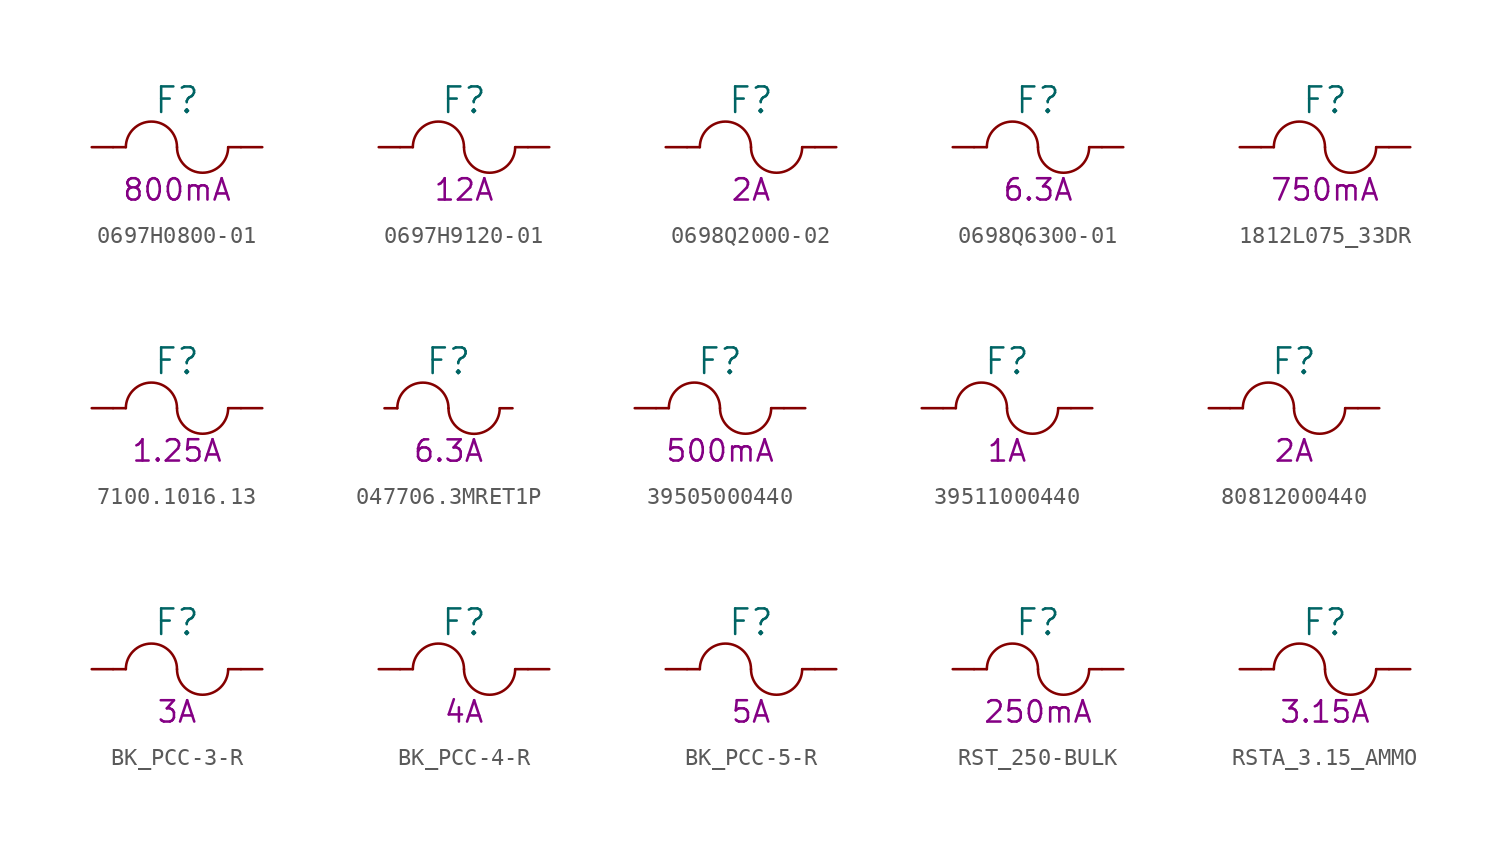
<source format=kicad_sym>
(kicad_symbol_lib
  (version 20220914)
  (generator kicad_symbol_editor)
  (symbol "0697H0800-01"
    (pin_numbers hide)
    (pin_names
      (offset 0) hide)
    (property "Reference" "F"
      (at 0 2.794 0)
      (effects (font (size 1.524 1.524))))
    (property "Current Rating (A)" "800mA"
      (at 0 -2.54 0)
      (effects (font (size 1.27 1.27))))
    (symbol "0697H0800-01_0_1"
      (rectangle (start -3.81 0) (end -3.048 0) (stroke (width 0) (type default)) (fill (type background)))
      (arc (start 0 0) (mid 1.524 -1.5174) (end 3.048 0) (stroke (width 0) (type default)) (fill (type none)))
      (rectangle (start 3.048 0) (end 3.81 0) (stroke (width 0) (type default)) (fill (type background))))
    (symbol "0697H0800-01_1_1"
      (arc (start 0 0) (mid -1.524 1.5174) (end -3.048 0) (stroke (width 0) (type default)) (fill (type none)))
      (pin passive line (at -5.08 0 0) (length 1.27) (name "1" (effects (font (size 1.27 1.27)))) (number "1" (effects (font (size 1.27 1.27)))))
      (pin passive line (at 5.08 0 180) (length 1.27) (name "2" (effects (font (size 1.27 1.27)))) (number "2" (effects (font (size 1.27 1.27)))))))
  (symbol "0697H9120-01"
    (pin_numbers hide)
    (pin_names
      (offset 0) hide)
    (property "Reference" "F"
      (at 0 2.794 0)
      (effects (font (size 1.524 1.524))))
    (property "Current Rating (A)" "12A"
      (at 0 -2.54 0)
      (effects (font (size 1.27 1.27))))
    (symbol "0697H9120-01_0_1"
      (rectangle (start -3.81 0) (end -3.048 0) (stroke (width 0) (type default)) (fill (type background)))
      (arc (start 0 0) (mid 1.524 -1.5174) (end 3.048 0) (stroke (width 0) (type default)) (fill (type none)))
      (rectangle (start 3.048 0) (end 3.81 0) (stroke (width 0) (type default)) (fill (type background))))
    (symbol "0697H9120-01_1_1"
      (arc (start 0 0) (mid -1.524 1.5174) (end -3.048 0) (stroke (width 0) (type default)) (fill (type none)))
      (pin passive line (at -5.08 0 0) (length 1.27) (name "1" (effects (font (size 1.27 1.27)))) (number "1" (effects (font (size 1.27 1.27)))))
      (pin passive line (at 5.08 0 180) (length 1.27) (name "2" (effects (font (size 1.27 1.27)))) (number "2" (effects (font (size 1.27 1.27)))))))
  (symbol "0698Q2000-02"
    (pin_numbers hide)
    (pin_names
      (offset 0) hide)
    (property "Reference" "F"
      (at 0 2.794 0)
      (effects (font (size 1.524 1.524))))
    (property "Current Rating (A)" "2A"
      (at 0 -2.54 0)
      (effects (font (size 1.27 1.27))))
    (symbol "0698Q2000-02_0_1"
      (rectangle (start -3.81 0) (end -3.048 0) (stroke (width 0) (type default)) (fill (type background)))
      (arc (start 0 0) (mid 1.524 -1.5174) (end 3.048 0) (stroke (width 0) (type default)) (fill (type none)))
      (rectangle (start 3.048 0) (end 3.81 0) (stroke (width 0) (type default)) (fill (type background))))
    (symbol "0698Q2000-02_1_1"
      (arc (start 0 0) (mid -1.524 1.5174) (end -3.048 0) (stroke (width 0) (type default)) (fill (type none)))
      (pin passive line (at -5.08 0 0) (length 1.27) (name "1" (effects (font (size 1.27 1.27)))) (number "1" (effects (font (size 1.27 1.27)))))
      (pin passive line (at 5.08 0 180) (length 1.27) (name "2" (effects (font (size 1.27 1.27)))) (number "2" (effects (font (size 1.27 1.27)))))))
  (symbol "0698Q6300-01"
    (pin_numbers hide)
    (pin_names
      (offset 0) hide)
    (property "Reference" "F"
      (at 0 2.794 0)
      (effects (font (size 1.524 1.524))))
    (property "Current Rating (A)" "6.3A"
      (at 0 -2.54 0)
      (effects (font (size 1.27 1.27))))
    (symbol "0698Q6300-01_0_1"
      (rectangle (start -3.81 0) (end -3.048 0) (stroke (width 0) (type default)) (fill (type background)))
      (arc (start 0 0) (mid 1.524 -1.5174) (end 3.048 0) (stroke (width 0) (type default)) (fill (type none)))
      (rectangle (start 3.048 0) (end 3.81 0) (stroke (width 0) (type default)) (fill (type background))))
    (symbol "0698Q6300-01_1_1"
      (arc (start 0 0) (mid -1.524 1.5174) (end -3.048 0) (stroke (width 0) (type default)) (fill (type none)))
      (pin passive line (at -5.08 0 0) (length 1.27) (name "1" (effects (font (size 1.27 1.27)))) (number "1" (effects (font (size 1.27 1.27)))))
      (pin passive line (at 5.08 0 180) (length 1.27) (name "2" (effects (font (size 1.27 1.27)))) (number "2" (effects (font (size 1.27 1.27)))))))
  (symbol "1812L075_33DR"
    (pin_numbers hide)
    (pin_names
      (offset 0) hide)
    (property "Reference" "F"
      (at 0 2.794 0)
      (effects (font (size 1.524 1.524))))
    (property "Current Rating (A)" "750mA"
      (at 0 -2.54 0)
      (effects (font (size 1.27 1.27))))
    (symbol "1812L075_33DR_0_1"
      (rectangle (start -3.81 0) (end -3.048 0) (stroke (width 0) (type default)) (fill (type background)))
      (arc (start 0 0) (mid 1.524 -1.5174) (end 3.048 0) (stroke (width 0) (type default)) (fill (type none)))
      (rectangle (start 3.048 0) (end 3.81 0) (stroke (width 0) (type default)) (fill (type background))))
    (symbol "1812L075_33DR_1_1"
      (arc (start 0 0) (mid -1.524 1.5174) (end -3.048 0) (stroke (width 0) (type default)) (fill (type none)))
      (pin passive line (at -5.08 0 0) (length 1.27) (name "1" (effects (font (size 1.27 1.27)))) (number "1" (effects (font (size 1.27 1.27)))))
      (pin passive line (at 5.08 0 180) (length 1.27) (name "2" (effects (font (size 1.27 1.27)))) (number "2" (effects (font (size 1.27 1.27)))))))
  (symbol "7100.1016.13"
    (pin_numbers hide)
    (pin_names
      (offset 0) hide)
    (property "Reference" "F"
      (at 0 2.794 0)
      (effects (font (size 1.524 1.524))))
    (property "Current Rating (A)" "1.25A"
      (at 0 -2.54 0)
      (effects (font (size 1.27 1.27))))
    (symbol "7100.1016.13_0_1"
      (rectangle (start -3.81 0) (end -3.048 0) (stroke (width 0) (type default)) (fill (type background)))
      (arc (start 0 0) (mid 1.524 -1.5174) (end 3.048 0) (stroke (width 0) (type default)) (fill (type none)))
      (rectangle (start 3.048 0) (end 3.81 0) (stroke (width 0) (type default)) (fill (type background))))
    (symbol "7100.1016.13_1_1"
      (arc (start 0 0) (mid -1.524 1.5174) (end -3.048 0) (stroke (width 0) (type default)) (fill (type none)))
      (pin passive line (at -5.08 0 0) (length 1.27) (name "1" (effects (font (size 1.27 1.27)))) (number "1" (effects (font (size 1.27 1.27)))))
      (pin passive line (at 5.08 0 180) (length 1.27) (name "2" (effects (font (size 1.27 1.27)))) (number "2" (effects (font (size 1.27 1.27)))))))
  (symbol "047706.3MRET1P"
    (pin_numbers hide)
    (pin_names
      (offset 0) hide)
    (property "Reference" "F"
      (at 0 2.794 0)
      (effects (font (size 1.524 1.524))))
    (property "Current Rating (A)" "6.3A"
      (at 0 -2.54 0)
      (effects (font (size 1.27 1.27))))
    (symbol "047706.3MRET1P_0_1"
      (arc (start 0 0) (mid 1.524 -1.5174) (end 3.048 0) (stroke (width 0) (type default)) (fill (type none))))
    (symbol "047706.3MRET1P_1_1"
      (arc (start 0 0) (mid -1.524 1.5174) (end -3.048 0) (stroke (width 0) (type default)) (fill (type none)))
      (pin passive line (at -3.81 0 0) (length 0.762) (name "~" (effects (font (size 1.27 1.27)))) (number "1" (effects (font (size 1.27 1.27)))))
      (pin passive line (at 3.81 0 180) (length 0.762) (name "~" (effects (font (size 1.27 1.27)))) (number "2" (effects (font (size 1.27 1.27)))))))
  (symbol "39505000440"
    (pin_numbers hide)
    (pin_names
      (offset 0) hide)
    (property "Reference" "F"
      (at 0 2.794 0)
      (effects (font (size 1.524 1.524))))
    (property "Current Rating (A)" "500mA"
      (at 0 -2.54 0)
      (effects (font (size 1.27 1.27))))
    (symbol "39505000440_0_1"
      (rectangle (start -3.81 0) (end -3.048 0) (stroke (width 0) (type default)) (fill (type background)))
      (arc (start 0 0) (mid 1.524 -1.5174) (end 3.048 0) (stroke (width 0) (type default)) (fill (type none)))
      (rectangle (start 3.048 0) (end 3.81 0) (stroke (width 0) (type default)) (fill (type background))))
    (symbol "39505000440_1_1"
      (arc (start 0 0) (mid -1.524 1.5174) (end -3.048 0) (stroke (width 0) (type default)) (fill (type none)))
      (pin passive line (at -5.08 0 0) (length 1.27) (name "1" (effects (font (size 1.27 1.27)))) (number "1" (effects (font (size 1.27 1.27)))))
      (pin passive line (at 5.08 0 180) (length 1.27) (name "2" (effects (font (size 1.27 1.27)))) (number "2" (effects (font (size 1.27 1.27)))))))
  (symbol "39511000440"
    (pin_numbers hide)
    (pin_names
      (offset 0) hide)
    (property "Reference" "F"
      (at 0 2.794 0)
      (effects (font (size 1.524 1.524))))
    (property "Current Rating (A)" "1A"
      (at 0 -2.54 0)
      (effects (font (size 1.27 1.27))))
    (symbol "39511000440_0_1"
      (rectangle (start -3.81 0) (end -3.048 0) (stroke (width 0) (type default)) (fill (type background)))
      (arc (start 0 0) (mid 1.524 -1.5174) (end 3.048 0) (stroke (width 0) (type default)) (fill (type none)))
      (rectangle (start 3.048 0) (end 3.81 0) (stroke (width 0) (type default)) (fill (type background))))
    (symbol "39511000440_1_1"
      (arc (start 0 0) (mid -1.524 1.5174) (end -3.048 0) (stroke (width 0) (type default)) (fill (type none)))
      (pin passive line (at -5.08 0 0) (length 1.27) (name "1" (effects (font (size 1.27 1.27)))) (number "1" (effects (font (size 1.27 1.27)))))
      (pin passive line (at 5.08 0 180) (length 1.27) (name "2" (effects (font (size 1.27 1.27)))) (number "2" (effects (font (size 1.27 1.27)))))))
  (symbol "80812000440"
    (pin_numbers hide)
    (pin_names
      (offset 0) hide)
    (property "Reference" "F"
      (at 0 2.794 0)
      (effects (font (size 1.524 1.524))))
    (property "Current Rating (A)" "2A"
      (at 0 -2.54 0)
      (effects (font (size 1.27 1.27))))
    (symbol "80812000440_0_1"
      (rectangle (start -3.81 0) (end -3.048 0) (stroke (width 0) (type default)) (fill (type background)))
      (arc (start 0 0) (mid 1.524 -1.5174) (end 3.048 0) (stroke (width 0) (type default)) (fill (type none)))
      (rectangle (start 3.048 0) (end 3.81 0) (stroke (width 0) (type default)) (fill (type background))))
    (symbol "80812000440_1_1"
      (arc (start 0 0) (mid -1.524 1.5174) (end -3.048 0) (stroke (width 0) (type default)) (fill (type none)))
      (pin passive line (at -5.08 0 0) (length 1.27) (name "1" (effects (font (size 1.27 1.27)))) (number "1" (effects (font (size 1.27 1.27)))))
      (pin passive line (at 5.08 0 180) (length 1.27) (name "2" (effects (font (size 1.27 1.27)))) (number "2" (effects (font (size 1.27 1.27)))))))
  (symbol "BK_PCC-3-R"
    (pin_numbers hide)
    (pin_names
      (offset 0) hide)
    (property "Reference" "F"
      (at 0 2.794 0)
      (effects (font (size 1.524 1.524))))
    (property "Current Rating (A)" "3A"
      (at 0 -2.54 0)
      (effects (font (size 1.27 1.27))))
    (symbol "BK_PCC-3-R_0_1"
      (rectangle (start -3.81 0) (end -3.048 0) (stroke (width 0) (type default)) (fill (type background)))
      (arc (start 0 0) (mid 1.524 -1.5174) (end 3.048 0) (stroke (width 0) (type default)) (fill (type none)))
      (rectangle (start 3.048 0) (end 3.81 0) (stroke (width 0) (type default)) (fill (type background))))
    (symbol "BK_PCC-3-R_1_1"
      (arc (start 0 0) (mid -1.524 1.5174) (end -3.048 0) (stroke (width 0) (type default)) (fill (type none)))
      (pin passive line (at -5.08 0 0) (length 1.27) (name "1" (effects (font (size 1.27 1.27)))) (number "1" (effects (font (size 1.27 1.27)))))
      (pin passive line (at 5.08 0 180) (length 1.27) (name "2" (effects (font (size 1.27 1.27)))) (number "2" (effects (font (size 1.27 1.27)))))))
  (symbol "BK_PCC-4-R"
    (pin_numbers hide)
    (pin_names
      (offset 0) hide)
    (property "Reference" "F"
      (at 0 2.794 0)
      (effects (font (size 1.524 1.524))))
    (property "Current Rating (A)" "4A"
      (at 0 -2.54 0)
      (effects (font (size 1.27 1.27))))
    (symbol "BK_PCC-4-R_0_1"
      (rectangle (start -3.81 0) (end -3.048 0) (stroke (width 0) (type default)) (fill (type background)))
      (arc (start 0 0) (mid 1.524 -1.5174) (end 3.048 0) (stroke (width 0) (type default)) (fill (type none)))
      (rectangle (start 3.048 0) (end 3.81 0) (stroke (width 0) (type default)) (fill (type background))))
    (symbol "BK_PCC-4-R_1_1"
      (arc (start 0 0) (mid -1.524 1.5174) (end -3.048 0) (stroke (width 0) (type default)) (fill (type none)))
      (pin passive line (at -5.08 0 0) (length 1.27) (name "1" (effects (font (size 1.27 1.27)))) (number "1" (effects (font (size 1.27 1.27)))))
      (pin passive line (at 5.08 0 180) (length 1.27) (name "2" (effects (font (size 1.27 1.27)))) (number "2" (effects (font (size 1.27 1.27)))))))
  (symbol "BK_PCC-5-R"
    (pin_numbers hide)
    (pin_names
      (offset 0) hide)
    (property "Reference" "F"
      (at 0 2.794 0)
      (effects (font (size 1.524 1.524))))
    (property "Current Rating (A)" "5A"
      (at 0 -2.54 0)
      (effects (font (size 1.27 1.27))))
    (symbol "BK_PCC-5-R_0_1"
      (rectangle (start -3.81 0) (end -3.048 0) (stroke (width 0) (type default)) (fill (type background)))
      (arc (start 0 0) (mid 1.524 -1.5174) (end 3.048 0) (stroke (width 0) (type default)) (fill (type none)))
      (rectangle (start 3.048 0) (end 3.81 0) (stroke (width 0) (type default)) (fill (type background))))
    (symbol "BK_PCC-5-R_1_1"
      (arc (start 0 0) (mid -1.524 1.5174) (end -3.048 0) (stroke (width 0) (type default)) (fill (type none)))
      (pin passive line (at -5.08 0 0) (length 1.27) (name "1" (effects (font (size 1.27 1.27)))) (number "1" (effects (font (size 1.27 1.27)))))
      (pin passive line (at 5.08 0 180) (length 1.27) (name "2" (effects (font (size 1.27 1.27)))) (number "2" (effects (font (size 1.27 1.27)))))))
  (symbol "RST_250-BULK"
    (pin_numbers hide)
    (pin_names
      (offset 0) hide)
    (property "Reference" "F"
      (at 0 2.794 0)
      (effects (font (size 1.524 1.524))))
    (property "Current Rating (A)" "250mA"
      (at 0 -2.54 0)
      (effects (font (size 1.27 1.27))))
    (symbol "RST_250-BULK_0_1"
      (rectangle (start -3.81 0) (end -3.048 0) (stroke (width 0) (type default)) (fill (type background)))
      (arc (start 0 0) (mid 1.524 -1.5174) (end 3.048 0) (stroke (width 0) (type default)) (fill (type none)))
      (rectangle (start 3.048 0) (end 3.81 0) (stroke (width 0) (type default)) (fill (type background))))
    (symbol "RST_250-BULK_1_1"
      (arc (start 0 0) (mid -1.524 1.5174) (end -3.048 0) (stroke (width 0) (type default)) (fill (type none)))
      (pin passive line (at -5.08 0 0) (length 1.27) (name "1" (effects (font (size 1.27 1.27)))) (number "1" (effects (font (size 1.27 1.27)))))
      (pin passive line (at 5.08 0 180) (length 1.27) (name "2" (effects (font (size 1.27 1.27)))) (number "2" (effects (font (size 1.27 1.27)))))))
  (symbol "RSTA_3.15_AMMO"
    (pin_numbers hide)
    (pin_names
      (offset 0) hide)
    (property "Reference" "F"
      (at 0 2.794 0)
      (effects (font (size 1.524 1.524))))
    (property "Current Rating (A)" "3.15A"
      (at 0 -2.54 0)
      (effects (font (size 1.27 1.27))))
    (symbol "RSTA_3.15_AMMO_0_1"
      (rectangle (start -3.81 0) (end -3.048 0) (stroke (width 0) (type default)) (fill (type background)))
      (arc (start 0 0) (mid 1.524 -1.5174) (end 3.048 0) (stroke (width 0) (type default)) (fill (type none)))
      (rectangle (start 3.048 0) (end 3.81 0) (stroke (width 0) (type default)) (fill (type background))))
    (symbol "RSTA_3.15_AMMO_1_1"
      (arc (start 0 0) (mid -1.524 1.5174) (end -3.048 0) (stroke (width 0) (type default)) (fill (type none)))
      (pin passive line (at -5.08 0 0) (length 1.27) (name "1" (effects (font (size 1.27 1.27)))) (number "1" (effects (font (size 1.27 1.27)))))
      (pin passive line (at 5.08 0 180) (length 1.27) (name "2" (effects (font (size 1.27 1.27)))) (number "2" (effects (font (size 1.27 1.27))))))))
</source>
